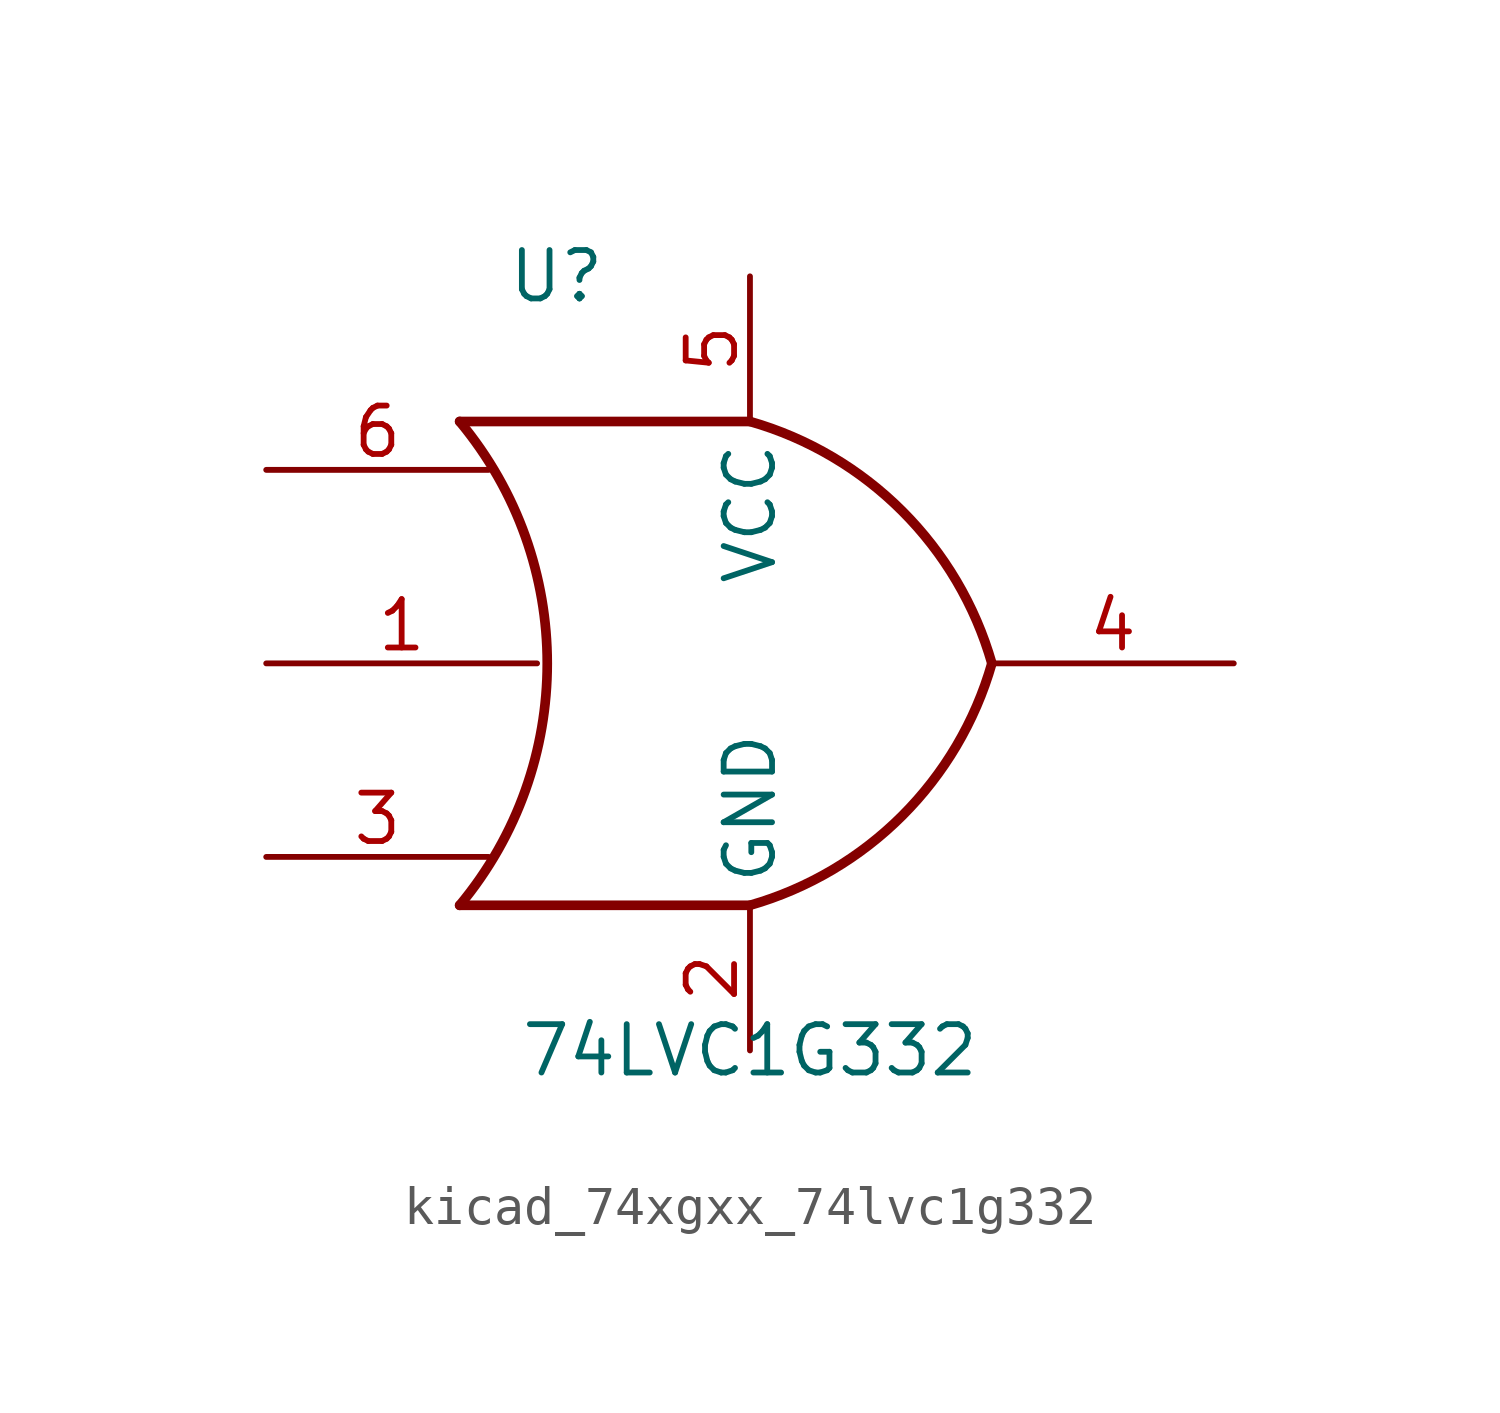
<source format=kicad_sym>
(kicad_symbol_lib
  (version 20220914)
  (generator kicad_symbol_editor)
  (symbol "kicad_74xgxx_74lvc1g332"
    (property "Reference" "U"
      (at -5.08 10.16 0)
      (effects (font (size 1.27 1.27))))
    (property "Value" "74LVC1G332"
      (at 0 -10.16 0)
      (effects (font (size 1.27 1.27))))
    (symbol "kicad_74xgxx_74lvc1g332_0_1"
      (arc (start -7.62 -6.35) (mid -5.321 0) (end -7.62 6.35) (stroke (width 0.254) (type default)) (fill (type none)))
      (arc (start 0 -6.35) (mid 3.9978 -3.9978) (end 6.35 0) (stroke (width 0.254) (type default)) (fill (type none)))
      (polyline (pts (xy 0 -6.35) (xy -7.62 -6.35)) (stroke (width 0.254) (type default)) (fill (type background)))
      (polyline (pts (xy 0 6.35) (xy -7.62 6.35)) (stroke (width 0.254) (type default)) (fill (type background)))
      (arc (start 6.35 0) (mid 3.9978 3.9978) (end 0 6.35) (stroke (width 0.254) (type default)) (fill (type none))))
    (symbol "kicad_74xgxx_74lvc1g332_1_1"
      (pin input line (at -12.698 0 0) (length 7.11) (name "~" (effects (font (size 1.27 1.27)))) (number "1" (effects (font (size 1.27 1.27)))))
      (pin power_in line (at 0 -10.16 90) (length 3.81) (name "GND" (effects (font (size 1.27 1.27)))) (number "2" (effects (font (size 1.27 1.27)))))
      (pin input line (at -12.698 -5.08 0) (length 5.84) (name "~" (effects (font (size 1.27 1.27)))) (number "3" (effects (font (size 1.27 1.27)))))
      (pin output line (at 12.7 0 180) (length 6.35) (name "~" (effects (font (size 1.27 1.27)))) (number "4" (effects (font (size 1.27 1.27)))))
      (pin power_in line (at 0 10.16 270) (length 3.81) (name "VCC" (effects (font (size 1.27 1.27)))) (number "5" (effects (font (size 1.27 1.27)))))
      (pin input line (at -12.698 5.08 0) (length 5.84) (name "~" (effects (font (size 1.27 1.27)))) (number "6" (effects (font (size 1.27 1.27))))))))
</source>
